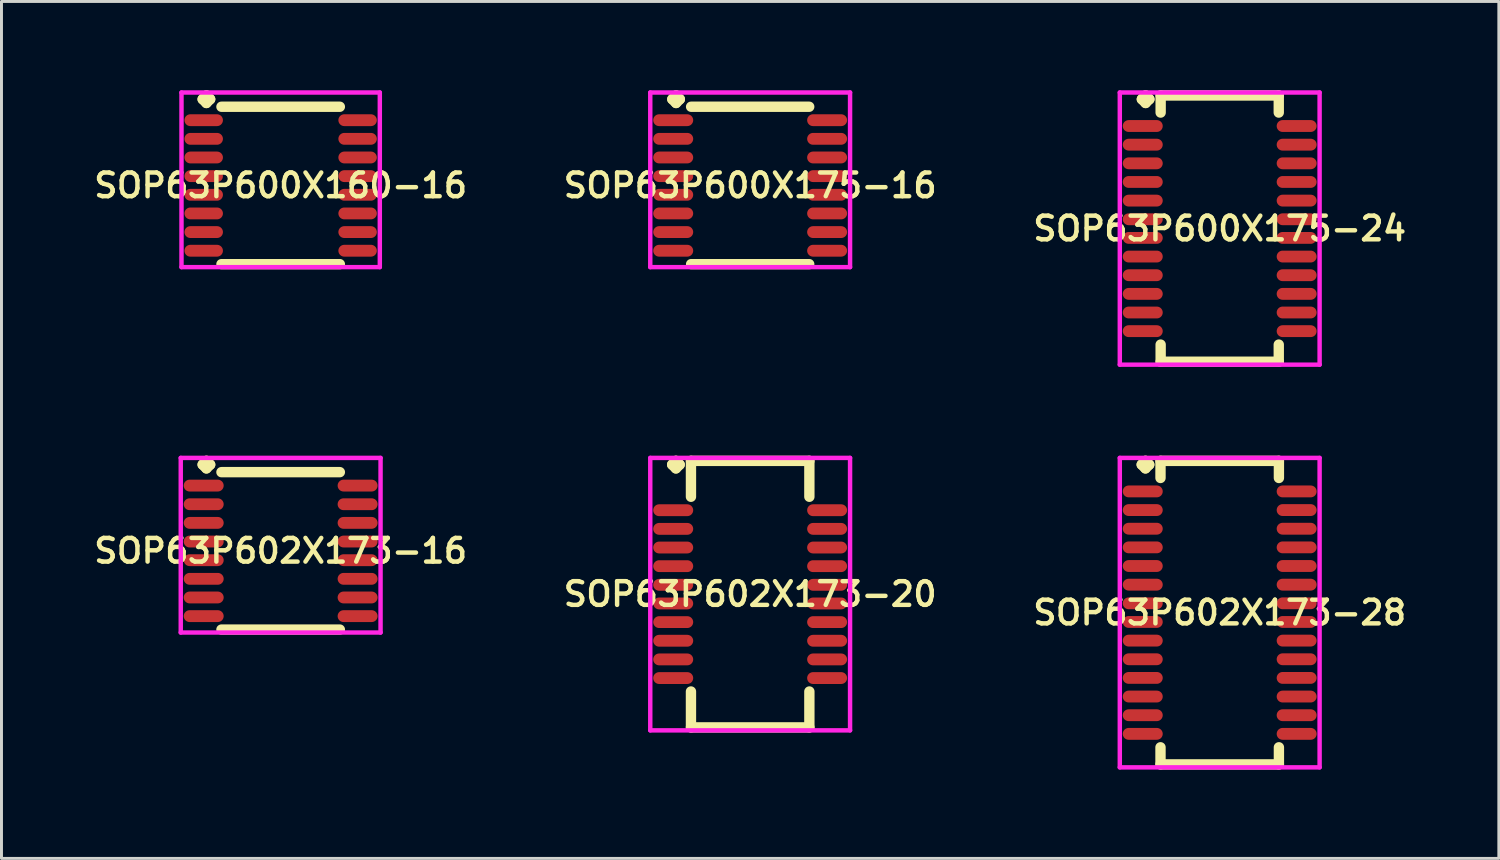
<source format=kicad_pcb>
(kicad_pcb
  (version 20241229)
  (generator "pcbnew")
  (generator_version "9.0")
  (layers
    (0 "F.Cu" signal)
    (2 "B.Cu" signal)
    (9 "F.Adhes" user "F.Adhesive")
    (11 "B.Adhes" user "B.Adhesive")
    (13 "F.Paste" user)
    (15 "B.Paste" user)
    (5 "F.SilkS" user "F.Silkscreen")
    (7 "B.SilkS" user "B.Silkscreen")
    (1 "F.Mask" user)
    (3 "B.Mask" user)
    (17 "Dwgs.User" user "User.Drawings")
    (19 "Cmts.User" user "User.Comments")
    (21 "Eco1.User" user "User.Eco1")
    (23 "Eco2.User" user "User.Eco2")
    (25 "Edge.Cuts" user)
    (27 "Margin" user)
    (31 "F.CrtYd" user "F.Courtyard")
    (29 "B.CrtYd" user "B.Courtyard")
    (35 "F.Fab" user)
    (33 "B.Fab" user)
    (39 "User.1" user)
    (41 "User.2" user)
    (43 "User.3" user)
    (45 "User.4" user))
  (footprint "SOP63P602X173-16"
    (layer "F.Cu")
    (at 6.431 15.559)
    (property "Reference" "SOP63P602X173-16" (at 0 0 0) (layer "F.SilkS") (effects (font (size 0.8 0.8) (thickness 0.15))))
    (attr smd)
    (fp_line (start -2.635 -2.913) (end -2.508 -3.04) (stroke (width 0.35) (type solid)) (layer "F.SilkS"))
    (fp_line (start -2.508 -3.04) (end -2.381 -2.913) (stroke (width 0.35) (type solid)) (layer "F.SilkS"))
    (fp_line (start -2.508 -2.786) (end -2.635 -2.913) (stroke (width 0.35) (type solid)) (layer "F.SilkS"))
    (fp_line (start -2.381 -2.913) (end -2.508 -2.786) (stroke (width 0.35) (type solid)) (layer "F.SilkS"))
    (fp_line (start -2 -2.659) (end 2 -2.659) (stroke (width 0.35) (type solid)) (layer "F.SilkS"))
    (fp_line (start -2 2.659) (end 2 2.659) (stroke (width 0.35) (type solid)) (layer "F.SilkS"))
    (fp_line (start -3.375 -3.14) (end 3.375 -3.14) (stroke (width 0.15) (type solid)) (layer "F.CrtYd"))
    (fp_line (start -3.375 2.759) (end -3.375 -3.14) (stroke (width 0.15) (type solid)) (layer "F.CrtYd"))
    (fp_line (start 3.375 -3.14) (end 3.375 2.759) (stroke (width 0.15) (type solid)) (layer "F.CrtYd"))
    (fp_line (start 3.375 2.759) (end -3.375 2.759) (stroke (width 0.15) (type solid)) (layer "F.CrtYd"))
    (pad "1" smd oval (at -2.6 -2.205) (size 1.35 0.4) (layers "F.Cu" "F.Mask" "F.Paste"))
    (pad "2" smd oval (at -2.6 -1.575) (size 1.35 0.4) (layers "F.Cu" "F.Mask" "F.Paste"))
    (pad "3" smd oval (at -2.6 -0.945) (size 1.35 0.4) (layers "F.Cu" "F.Mask" "F.Paste"))
    (pad "4" smd oval (at -2.6 -0.315) (size 1.35 0.4) (layers "F.Cu" "F.Mask" "F.Paste"))
    (pad "5" smd oval (at -2.6 0.315) (size 1.35 0.4) (layers "F.Cu" "F.Mask" "F.Paste"))
    (pad "6" smd oval (at -2.6 0.945) (size 1.35 0.4) (layers "F.Cu" "F.Mask" "F.Paste"))
    (pad "7" smd oval (at -2.6 1.575) (size 1.35 0.4) (layers "F.Cu" "F.Mask" "F.Paste"))
    (pad "8" smd oval (at -2.6 2.205) (size 1.35 0.4) (layers "F.Cu" "F.Mask" "F.Paste"))
    (pad "9" smd oval (at 2.6 2.205) (size 1.35 0.4) (layers "F.Cu" "F.Mask" "F.Paste"))
    (pad "10" smd oval (at 2.6 1.575) (size 1.35 0.4) (layers "F.Cu" "F.Mask" "F.Paste"))
    (pad "11" smd oval (at 2.6 0.945) (size 1.35 0.4) (layers "F.Cu" "F.Mask" "F.Paste"))
    (pad "12" smd oval (at 2.6 0.315) (size 1.35 0.4) (layers "F.Cu" "F.Mask" "F.Paste"))
    (pad "13" smd oval (at 2.6 -0.315) (size 1.35 0.4) (layers "F.Cu" "F.Mask" "F.Paste"))
    (pad "14" smd oval (at 2.6 -0.945) (size 1.35 0.4) (layers "F.Cu" "F.Mask" "F.Paste"))
    (pad "15" smd oval (at 2.6 -1.575) (size 1.35 0.4) (layers "F.Cu" "F.Mask" "F.Paste"))
    (pad "16" smd oval (at 2.6 -2.205) (size 1.35 0.4) (layers "F.Cu" "F.Mask" "F.Paste")))
  (footprint "SOP63P602X173-28"
    (layer "F.Cu")
    (at 38.154 17.646)
    (property "Reference" "SOP63P602X173-28" (at 0 0 0) (layer "F.SilkS") (effects (font (size 0.8 0.8) (thickness 0.15))))
    (attr smd)
    (fp_line (start -2.635 -5) (end -2.508 -5.127) (stroke (width 0.35) (type solid)) (layer "F.SilkS"))
    (fp_line (start -2.508 -5.127) (end -2.381 -5) (stroke (width 0.35) (type solid)) (layer "F.SilkS"))
    (fp_line (start -2.508 -4.873) (end -2.635 -5) (stroke (width 0.35) (type solid)) (layer "F.SilkS"))
    (fp_line (start -2.381 -5) (end -2.508 -4.873) (stroke (width 0.35) (type solid)) (layer "F.SilkS"))
    (fp_line (start -2 -5.127) (end 2 -5.127) (stroke (width 0.35) (type solid)) (layer "F.SilkS"))
    (fp_line (start -2 -4.549) (end -2 -5.127) (stroke (width 0.35) (type solid)) (layer "F.SilkS"))
    (fp_line (start -2 4.549) (end -2 5.127) (stroke (width 0.35) (type solid)) (layer "F.SilkS"))
    (fp_line (start -2 5.127) (end 2 5.127) (stroke (width 0.35) (type solid)) (layer "F.SilkS"))
    (fp_line (start 2 -5.127) (end 2 -4.549) (stroke (width 0.35) (type solid)) (layer "F.SilkS"))
    (fp_line (start 2 5.127) (end 2 4.549) (stroke (width 0.35) (type solid)) (layer "F.SilkS"))
    (fp_line (start -3.375 -5.227) (end 3.375 -5.227) (stroke (width 0.15) (type solid)) (layer "F.CrtYd"))
    (fp_line (start -3.375 5.227) (end -3.375 -5.227) (stroke (width 0.15) (type solid)) (layer "F.CrtYd"))
    (fp_line (start 3.375 -5.227) (end 3.375 5.227) (stroke (width 0.15) (type solid)) (layer "F.CrtYd"))
    (fp_line (start 3.375 5.227) (end -3.375 5.227) (stroke (width 0.15) (type solid)) (layer "F.CrtYd"))
    (pad "1" smd oval (at -2.6 -4.095) (size 1.35 0.4) (layers "F.Cu" "F.Mask" "F.Paste"))
    (pad "2" smd oval (at -2.6 -3.465) (size 1.35 0.4) (layers "F.Cu" "F.Mask" "F.Paste"))
    (pad "3" smd oval (at -2.6 -2.835) (size 1.35 0.4) (layers "F.Cu" "F.Mask" "F.Paste"))
    (pad "4" smd oval (at -2.6 -2.205) (size 1.35 0.4) (layers "F.Cu" "F.Mask" "F.Paste"))
    (pad "5" smd oval (at -2.6 -1.575) (size 1.35 0.4) (layers "F.Cu" "F.Mask" "F.Paste"))
    (pad "6" smd oval (at -2.6 -0.945) (size 1.35 0.4) (layers "F.Cu" "F.Mask" "F.Paste"))
    (pad "7" smd oval (at -2.6 -0.315) (size 1.35 0.4) (layers "F.Cu" "F.Mask" "F.Paste"))
    (pad "8" smd oval (at -2.6 0.315) (size 1.35 0.4) (layers "F.Cu" "F.Mask" "F.Paste"))
    (pad "9" smd oval (at -2.6 0.945) (size 1.35 0.4) (layers "F.Cu" "F.Mask" "F.Paste"))
    (pad "10" smd oval (at -2.6 1.575) (size 1.35 0.4) (layers "F.Cu" "F.Mask" "F.Paste"))
    (pad "11" smd oval (at -2.6 2.205) (size 1.35 0.4) (layers "F.Cu" "F.Mask" "F.Paste"))
    (pad "12" smd oval (at -2.6 2.835) (size 1.35 0.4) (layers "F.Cu" "F.Mask" "F.Paste"))
    (pad "13" smd oval (at -2.6 3.465) (size 1.35 0.4) (layers "F.Cu" "F.Mask" "F.Paste"))
    (pad "14" smd oval (at -2.6 4.095) (size 1.35 0.4) (layers "F.Cu" "F.Mask" "F.Paste"))
    (pad "15" smd oval (at 2.6 4.095) (size 1.35 0.4) (layers "F.Cu" "F.Mask" "F.Paste"))
    (pad "16" smd oval (at 2.6 3.465) (size 1.35 0.4) (layers "F.Cu" "F.Mask" "F.Paste"))
    (pad "17" smd oval (at 2.6 2.835) (size 1.35 0.4) (layers "F.Cu" "F.Mask" "F.Paste"))
    (pad "18" smd oval (at 2.6 2.205) (size 1.35 0.4) (layers "F.Cu" "F.Mask" "F.Paste"))
    (pad "19" smd oval (at 2.6 1.575) (size 1.35 0.4) (layers "F.Cu" "F.Mask" "F.Paste"))
    (pad "20" smd oval (at 2.6 0.945) (size 1.35 0.4) (layers "F.Cu" "F.Mask" "F.Paste"))
    (pad "21" smd oval (at 2.6 0.315) (size 1.35 0.4) (layers "F.Cu" "F.Mask" "F.Paste"))
    (pad "22" smd oval (at 2.6 -0.315) (size 1.35 0.4) (layers "F.Cu" "F.Mask" "F.Paste"))
    (pad "23" smd oval (at 2.6 -0.945) (size 1.35 0.4) (layers "F.Cu" "F.Mask" "F.Paste"))
    (pad "24" smd oval (at 2.6 -1.575) (size 1.35 0.4) (layers "F.Cu" "F.Mask" "F.Paste"))
    (pad "25" smd oval (at 2.6 -2.205) (size 1.35 0.4) (layers "F.Cu" "F.Mask" "F.Paste"))
    (pad "26" smd oval (at 2.6 -2.835) (size 1.35 0.4) (layers "F.Cu" "F.Mask" "F.Paste"))
    (pad "27" smd oval (at 2.6 -3.465) (size 1.35 0.4) (layers "F.Cu" "F.Mask" "F.Paste"))
    (pad "28" smd oval (at 2.6 -4.095) (size 1.35 0.4) (layers "F.Cu" "F.Mask" "F.Paste")))
  (footprint "SOP63P600X175-16"
    (layer "F.Cu")
    (at 22.292 3.215)
    (property "Reference" "SOP63P600X175-16" (at 0 0 0) (layer "F.SilkS") (effects (font (size 0.8 0.8) (thickness 0.15))))
    (attr smd)
    (fp_line (start -2.63 -2.913) (end -2.503 -3.04) (stroke (width 0.35) (type solid)) (layer "F.SilkS"))
    (fp_line (start -2.503 -3.04) (end -2.376 -2.913) (stroke (width 0.35) (type solid)) (layer "F.SilkS"))
    (fp_line (start -2.503 -2.786) (end -2.63 -2.913) (stroke (width 0.35) (type solid)) (layer "F.SilkS"))
    (fp_line (start -2.376 -2.913) (end -2.503 -2.786) (stroke (width 0.35) (type solid)) (layer "F.SilkS"))
    (fp_line (start -1.995 -2.659) (end 1.995 -2.659) (stroke (width 0.35) (type solid)) (layer "F.SilkS"))
    (fp_line (start -1.995 2.659) (end 1.995 2.659) (stroke (width 0.35) (type solid)) (layer "F.SilkS"))
    (fp_line (start -3.375 -3.14) (end 3.375 -3.14) (stroke (width 0.15) (type solid)) (layer "F.CrtYd"))
    (fp_line (start -3.375 2.759) (end -3.375 -3.14) (stroke (width 0.15) (type solid)) (layer "F.CrtYd"))
    (fp_line (start 3.375 -3.14) (end 3.375 2.759) (stroke (width 0.15) (type solid)) (layer "F.CrtYd"))
    (fp_line (start 3.375 2.759) (end -3.375 2.759) (stroke (width 0.15) (type solid)) (layer "F.CrtYd"))
    (pad "1" smd oval (at -2.6 -2.205) (size 1.35 0.4) (layers "F.Cu" "F.Mask" "F.Paste"))
    (pad "2" smd oval (at -2.6 -1.575) (size 1.35 0.4) (layers "F.Cu" "F.Mask" "F.Paste"))
    (pad "3" smd oval (at -2.6 -0.945) (size 1.35 0.4) (layers "F.Cu" "F.Mask" "F.Paste"))
    (pad "4" smd oval (at -2.6 -0.315) (size 1.35 0.4) (layers "F.Cu" "F.Mask" "F.Paste"))
    (pad "5" smd oval (at -2.6 0.315) (size 1.35 0.4) (layers "F.Cu" "F.Mask" "F.Paste"))
    (pad "6" smd oval (at -2.6 0.945) (size 1.35 0.4) (layers "F.Cu" "F.Mask" "F.Paste"))
    (pad "7" smd oval (at -2.6 1.575) (size 1.35 0.4) (layers "F.Cu" "F.Mask" "F.Paste"))
    (pad "8" smd oval (at -2.6 2.205) (size 1.35 0.4) (layers "F.Cu" "F.Mask" "F.Paste"))
    (pad "9" smd oval (at 2.6 2.205) (size 1.35 0.4) (layers "F.Cu" "F.Mask" "F.Paste"))
    (pad "10" smd oval (at 2.6 1.575) (size 1.35 0.4) (layers "F.Cu" "F.Mask" "F.Paste"))
    (pad "11" smd oval (at 2.6 0.945) (size 1.35 0.4) (layers "F.Cu" "F.Mask" "F.Paste"))
    (pad "12" smd oval (at 2.6 0.315) (size 1.35 0.4) (layers "F.Cu" "F.Mask" "F.Paste"))
    (pad "13" smd oval (at 2.6 -0.315) (size 1.35 0.4) (layers "F.Cu" "F.Mask" "F.Paste"))
    (pad "14" smd oval (at 2.6 -0.945) (size 1.35 0.4) (layers "F.Cu" "F.Mask" "F.Paste"))
    (pad "15" smd oval (at 2.6 -1.575) (size 1.35 0.4) (layers "F.Cu" "F.Mask" "F.Paste"))
    (pad "16" smd oval (at 2.6 -2.205) (size 1.35 0.4) (layers "F.Cu" "F.Mask" "F.Paste")))
  (footprint "SOP63P600X160-16"
    (layer "F.Cu")
    (at 6.431 3.215)
    (property "Reference" "SOP63P600X160-16" (at 0 0 0) (layer "F.SilkS") (effects (font (size 0.8 0.8) (thickness 0.15))))
    (attr smd)
    (fp_line (start -2.635 -2.913) (end -2.508 -3.04) (stroke (width 0.35) (type solid)) (layer "F.SilkS"))
    (fp_line (start -2.508 -3.04) (end -2.381 -2.913) (stroke (width 0.35) (type solid)) (layer "F.SilkS"))
    (fp_line (start -2.508 -2.786) (end -2.635 -2.913) (stroke (width 0.35) (type solid)) (layer "F.SilkS"))
    (fp_line (start -2.381 -2.913) (end -2.508 -2.786) (stroke (width 0.35) (type solid)) (layer "F.SilkS"))
    (fp_line (start -2 -2.659) (end 2 -2.659) (stroke (width 0.35) (type solid)) (layer "F.SilkS"))
    (fp_line (start -2 2.659) (end 2 2.659) (stroke (width 0.35) (type solid)) (layer "F.SilkS"))
    (fp_line (start -3.35 -3.14) (end 3.35 -3.14) (stroke (width 0.15) (type solid)) (layer "F.CrtYd"))
    (fp_line (start -3.35 2.759) (end -3.35 -3.14) (stroke (width 0.15) (type solid)) (layer "F.CrtYd"))
    (fp_line (start 3.35 -3.14) (end 3.35 2.759) (stroke (width 0.15) (type solid)) (layer "F.CrtYd"))
    (fp_line (start 3.35 2.759) (end -3.35 2.759) (stroke (width 0.15) (type solid)) (layer "F.CrtYd"))
    (pad "1" smd oval (at -2.6 -2.205) (size 1.3 0.4) (layers "F.Cu" "F.Mask" "F.Paste"))
    (pad "2" smd oval (at -2.6 -1.575) (size 1.3 0.4) (layers "F.Cu" "F.Mask" "F.Paste"))
    (pad "3" smd oval (at -2.6 -0.945) (size 1.3 0.4) (layers "F.Cu" "F.Mask" "F.Paste"))
    (pad "4" smd oval (at -2.6 -0.315) (size 1.3 0.4) (layers "F.Cu" "F.Mask" "F.Paste"))
    (pad "5" smd oval (at -2.6 0.315) (size 1.3 0.4) (layers "F.Cu" "F.Mask" "F.Paste"))
    (pad "6" smd oval (at -2.6 0.945) (size 1.3 0.4) (layers "F.Cu" "F.Mask" "F.Paste"))
    (pad "7" smd oval (at -2.6 1.575) (size 1.3 0.4) (layers "F.Cu" "F.Mask" "F.Paste"))
    (pad "8" smd oval (at -2.6 2.205) (size 1.3 0.4) (layers "F.Cu" "F.Mask" "F.Paste"))
    (pad "9" smd oval (at 2.6 2.205) (size 1.3 0.4) (layers "F.Cu" "F.Mask" "F.Paste"))
    (pad "10" smd oval (at 2.6 1.575) (size 1.3 0.4) (layers "F.Cu" "F.Mask" "F.Paste"))
    (pad "11" smd oval (at 2.6 0.945) (size 1.3 0.4) (layers "F.Cu" "F.Mask" "F.Paste"))
    (pad "12" smd oval (at 2.6 0.315) (size 1.3 0.4) (layers "F.Cu" "F.Mask" "F.Paste"))
    (pad "13" smd oval (at 2.6 -0.315) (size 1.3 0.4) (layers "F.Cu" "F.Mask" "F.Paste"))
    (pad "14" smd oval (at 2.6 -0.945) (size 1.3 0.4) (layers "F.Cu" "F.Mask" "F.Paste"))
    (pad "15" smd oval (at 2.6 -1.575) (size 1.3 0.4) (layers "F.Cu" "F.Mask" "F.Paste"))
    (pad "16" smd oval (at 2.6 -2.205) (size 1.3 0.4) (layers "F.Cu" "F.Mask" "F.Paste")))
  (footprint "SOP63P600X175-24"
    (layer "F.Cu")
    (at 38.154 4.672)
    (property "Reference" "SOP63P600X175-24" (at 0 0 0) (layer "F.SilkS") (effects (font (size 0.8 0.8) (thickness 0.15))))
    (attr smd)
    (fp_line (start -2.63 -4.37) (end -2.503 -4.497) (stroke (width 0.35) (type solid)) (layer "F.SilkS"))
    (fp_line (start -2.503 -4.497) (end -2.376 -4.37) (stroke (width 0.35) (type solid)) (layer "F.SilkS"))
    (fp_line (start -2.503 -4.243) (end -2.63 -4.37) (stroke (width 0.35) (type solid)) (layer "F.SilkS"))
    (fp_line (start -2.376 -4.37) (end -2.503 -4.243) (stroke (width 0.35) (type solid)) (layer "F.SilkS"))
    (fp_line (start -1.995 -4.497) (end 1.995 -4.497) (stroke (width 0.35) (type solid)) (layer "F.SilkS"))
    (fp_line (start -1.995 -3.919) (end -1.995 -4.497) (stroke (width 0.35) (type solid)) (layer "F.SilkS"))
    (fp_line (start -1.995 3.919) (end -1.995 4.497) (stroke (width 0.35) (type solid)) (layer "F.SilkS"))
    (fp_line (start -1.995 4.497) (end 1.995 4.497) (stroke (width 0.35) (type solid)) (layer "F.SilkS"))
    (fp_line (start 1.995 -4.497) (end 1.995 -3.919) (stroke (width 0.35) (type solid)) (layer "F.SilkS"))
    (fp_line (start 1.995 4.497) (end 1.995 3.919) (stroke (width 0.35) (type solid)) (layer "F.SilkS"))
    (fp_line (start -3.375 -4.597) (end 3.375 -4.597) (stroke (width 0.15) (type solid)) (layer "F.CrtYd"))
    (fp_line (start -3.375 4.597) (end -3.375 -4.597) (stroke (width 0.15) (type solid)) (layer "F.CrtYd"))
    (fp_line (start 3.375 -4.597) (end 3.375 4.597) (stroke (width 0.15) (type solid)) (layer "F.CrtYd"))
    (fp_line (start 3.375 4.597) (end -3.375 4.597) (stroke (width 0.15) (type solid)) (layer "F.CrtYd"))
    (pad "1" smd oval (at -2.6 -3.465) (size 1.35 0.4) (layers "F.Cu" "F.Mask" "F.Paste"))
    (pad "2" smd oval (at -2.6 -2.835) (size 1.35 0.4) (layers "F.Cu" "F.Mask" "F.Paste"))
    (pad "3" smd oval (at -2.6 -2.205) (size 1.35 0.4) (layers "F.Cu" "F.Mask" "F.Paste"))
    (pad "4" smd oval (at -2.6 -1.575) (size 1.35 0.4) (layers "F.Cu" "F.Mask" "F.Paste"))
    (pad "5" smd oval (at -2.6 -0.945) (size 1.35 0.4) (layers "F.Cu" "F.Mask" "F.Paste"))
    (pad "6" smd oval (at -2.6 -0.315) (size 1.35 0.4) (layers "F.Cu" "F.Mask" "F.Paste"))
    (pad "7" smd oval (at -2.6 0.315) (size 1.35 0.4) (layers "F.Cu" "F.Mask" "F.Paste"))
    (pad "8" smd oval (at -2.6 0.945) (size 1.35 0.4) (layers "F.Cu" "F.Mask" "F.Paste"))
    (pad "9" smd oval (at -2.6 1.575) (size 1.35 0.4) (layers "F.Cu" "F.Mask" "F.Paste"))
    (pad "10" smd oval (at -2.6 2.205) (size 1.35 0.4) (layers "F.Cu" "F.Mask" "F.Paste"))
    (pad "11" smd oval (at -2.6 2.835) (size 1.35 0.4) (layers "F.Cu" "F.Mask" "F.Paste"))
    (pad "12" smd oval (at -2.6 3.465) (size 1.35 0.4) (layers "F.Cu" "F.Mask" "F.Paste"))
    (pad "13" smd oval (at 2.6 3.465) (size 1.35 0.4) (layers "F.Cu" "F.Mask" "F.Paste"))
    (pad "14" smd oval (at 2.6 2.835) (size 1.35 0.4) (layers "F.Cu" "F.Mask" "F.Paste"))
    (pad "15" smd oval (at 2.6 2.205) (size 1.35 0.4) (layers "F.Cu" "F.Mask" "F.Paste"))
    (pad "16" smd oval (at 2.6 1.575) (size 1.35 0.4) (layers "F.Cu" "F.Mask" "F.Paste"))
    (pad "17" smd oval (at 2.6 0.945) (size 1.35 0.4) (layers "F.Cu" "F.Mask" "F.Paste"))
    (pad "18" smd oval (at 2.6 0.315) (size 1.35 0.4) (layers "F.Cu" "F.Mask" "F.Paste"))
    (pad "19" smd oval (at 2.6 -0.315) (size 1.35 0.4) (layers "F.Cu" "F.Mask" "F.Paste"))
    (pad "20" smd oval (at 2.6 -0.945) (size 1.35 0.4) (layers "F.Cu" "F.Mask" "F.Paste"))
    (pad "21" smd oval (at 2.6 -1.575) (size 1.35 0.4) (layers "F.Cu" "F.Mask" "F.Paste"))
    (pad "22" smd oval (at 2.6 -2.205) (size 1.35 0.4) (layers "F.Cu" "F.Mask" "F.Paste"))
    (pad "23" smd oval (at 2.6 -2.835) (size 1.35 0.4) (layers "F.Cu" "F.Mask" "F.Paste"))
    (pad "24" smd oval (at 2.6 -3.465) (size 1.35 0.4) (layers "F.Cu" "F.Mask" "F.Paste")))
  (footprint "SOP63P602X173-20"
    (layer "F.Cu")
    (at 22.292 17.021)
    (property "Reference" "SOP63P602X173-20" (at 0 0 0) (layer "F.SilkS") (effects (font (size 0.8 0.8) (thickness 0.15))))
    (attr smd)
    (fp_line (start -2.635 -4.375) (end -2.508 -4.502) (stroke (width 0.35) (type solid)) (layer "F.SilkS"))
    (fp_line (start -2.508 -4.502) (end -2.381 -4.375) (stroke (width 0.35) (type solid)) (layer "F.SilkS"))
    (fp_line (start -2.508 -4.248) (end -2.635 -4.375) (stroke (width 0.35) (type solid)) (layer "F.SilkS"))
    (fp_line (start -2.381 -4.375) (end -2.508 -4.248) (stroke (width 0.35) (type solid)) (layer "F.SilkS"))
    (fp_line (start -2 -4.502) (end 2 -4.502) (stroke (width 0.35) (type solid)) (layer "F.SilkS"))
    (fp_line (start -2 -3.289) (end -2 -4.502) (stroke (width 0.35) (type solid)) (layer "F.SilkS"))
    (fp_line (start -2 3.289) (end -2 4.502) (stroke (width 0.35) (type solid)) (layer "F.SilkS"))
    (fp_line (start -2 4.502) (end 2 4.502) (stroke (width 0.35) (type solid)) (layer "F.SilkS"))
    (fp_line (start 2 -4.502) (end 2 -3.289) (stroke (width 0.35) (type solid)) (layer "F.SilkS"))
    (fp_line (start 2 4.502) (end 2 3.289) (stroke (width 0.35) (type solid)) (layer "F.SilkS"))
    (fp_line (start -3.375 -4.602) (end 3.375 -4.602) (stroke (width 0.15) (type solid)) (layer "F.CrtYd"))
    (fp_line (start -3.375 4.602) (end -3.375 -4.602) (stroke (width 0.15) (type solid)) (layer "F.CrtYd"))
    (fp_line (start 3.375 -4.602) (end 3.375 4.602) (stroke (width 0.15) (type solid)) (layer "F.CrtYd"))
    (fp_line (start 3.375 4.602) (end -3.375 4.602) (stroke (width 0.15) (type solid)) (layer "F.CrtYd"))
    (pad "1" smd oval (at -2.6 -2.835) (size 1.35 0.4) (layers "F.Cu" "F.Mask" "F.Paste"))
    (pad "2" smd oval (at -2.6 -2.205) (size 1.35 0.4) (layers "F.Cu" "F.Mask" "F.Paste"))
    (pad "3" smd oval (at -2.6 -1.575) (size 1.35 0.4) (layers "F.Cu" "F.Mask" "F.Paste"))
    (pad "4" smd oval (at -2.6 -0.945) (size 1.35 0.4) (layers "F.Cu" "F.Mask" "F.Paste"))
    (pad "5" smd oval (at -2.6 -0.315) (size 1.35 0.4) (layers "F.Cu" "F.Mask" "F.Paste"))
    (pad "6" smd oval (at -2.6 0.315) (size 1.35 0.4) (layers "F.Cu" "F.Mask" "F.Paste"))
    (pad "7" smd oval (at -2.6 0.945) (size 1.35 0.4) (layers "F.Cu" "F.Mask" "F.Paste"))
    (pad "8" smd oval (at -2.6 1.575) (size 1.35 0.4) (layers "F.Cu" "F.Mask" "F.Paste"))
    (pad "9" smd oval (at -2.6 2.205) (size 1.35 0.4) (layers "F.Cu" "F.Mask" "F.Paste"))
    (pad "10" smd oval (at -2.6 2.835) (size 1.35 0.4) (layers "F.Cu" "F.Mask" "F.Paste"))
    (pad "11" smd oval (at 2.6 2.835) (size 1.35 0.4) (layers "F.Cu" "F.Mask" "F.Paste"))
    (pad "12" smd oval (at 2.6 2.205) (size 1.35 0.4) (layers "F.Cu" "F.Mask" "F.Paste"))
    (pad "13" smd oval (at 2.6 1.575) (size 1.35 0.4) (layers "F.Cu" "F.Mask" "F.Paste"))
    (pad "14" smd oval (at 2.6 0.945) (size 1.35 0.4) (layers "F.Cu" "F.Mask" "F.Paste"))
    (pad "15" smd oval (at 2.6 0.315) (size 1.35 0.4) (layers "F.Cu" "F.Mask" "F.Paste"))
    (pad "16" smd oval (at 2.6 -0.315) (size 1.35 0.4) (layers "F.Cu" "F.Mask" "F.Paste"))
    (pad "17" smd oval (at 2.6 -0.945) (size 1.35 0.4) (layers "F.Cu" "F.Mask" "F.Paste"))
    (pad "18" smd oval (at 2.6 -1.575) (size 1.35 0.4) (layers "F.Cu" "F.Mask" "F.Paste"))
    (pad "19" smd oval (at 2.6 -2.205) (size 1.35 0.4) (layers "F.Cu" "F.Mask" "F.Paste"))
    (pad "20" smd oval (at 2.6 -2.835) (size 1.35 0.4) (layers "F.Cu" "F.Mask" "F.Paste")))
  (gr_rect
    (start -3 -3)
    (end 47.584 25.948)
    (stroke (width 0.1) (type default))
    (fill no)
    (layer "Edge.Cuts")))
</source>
